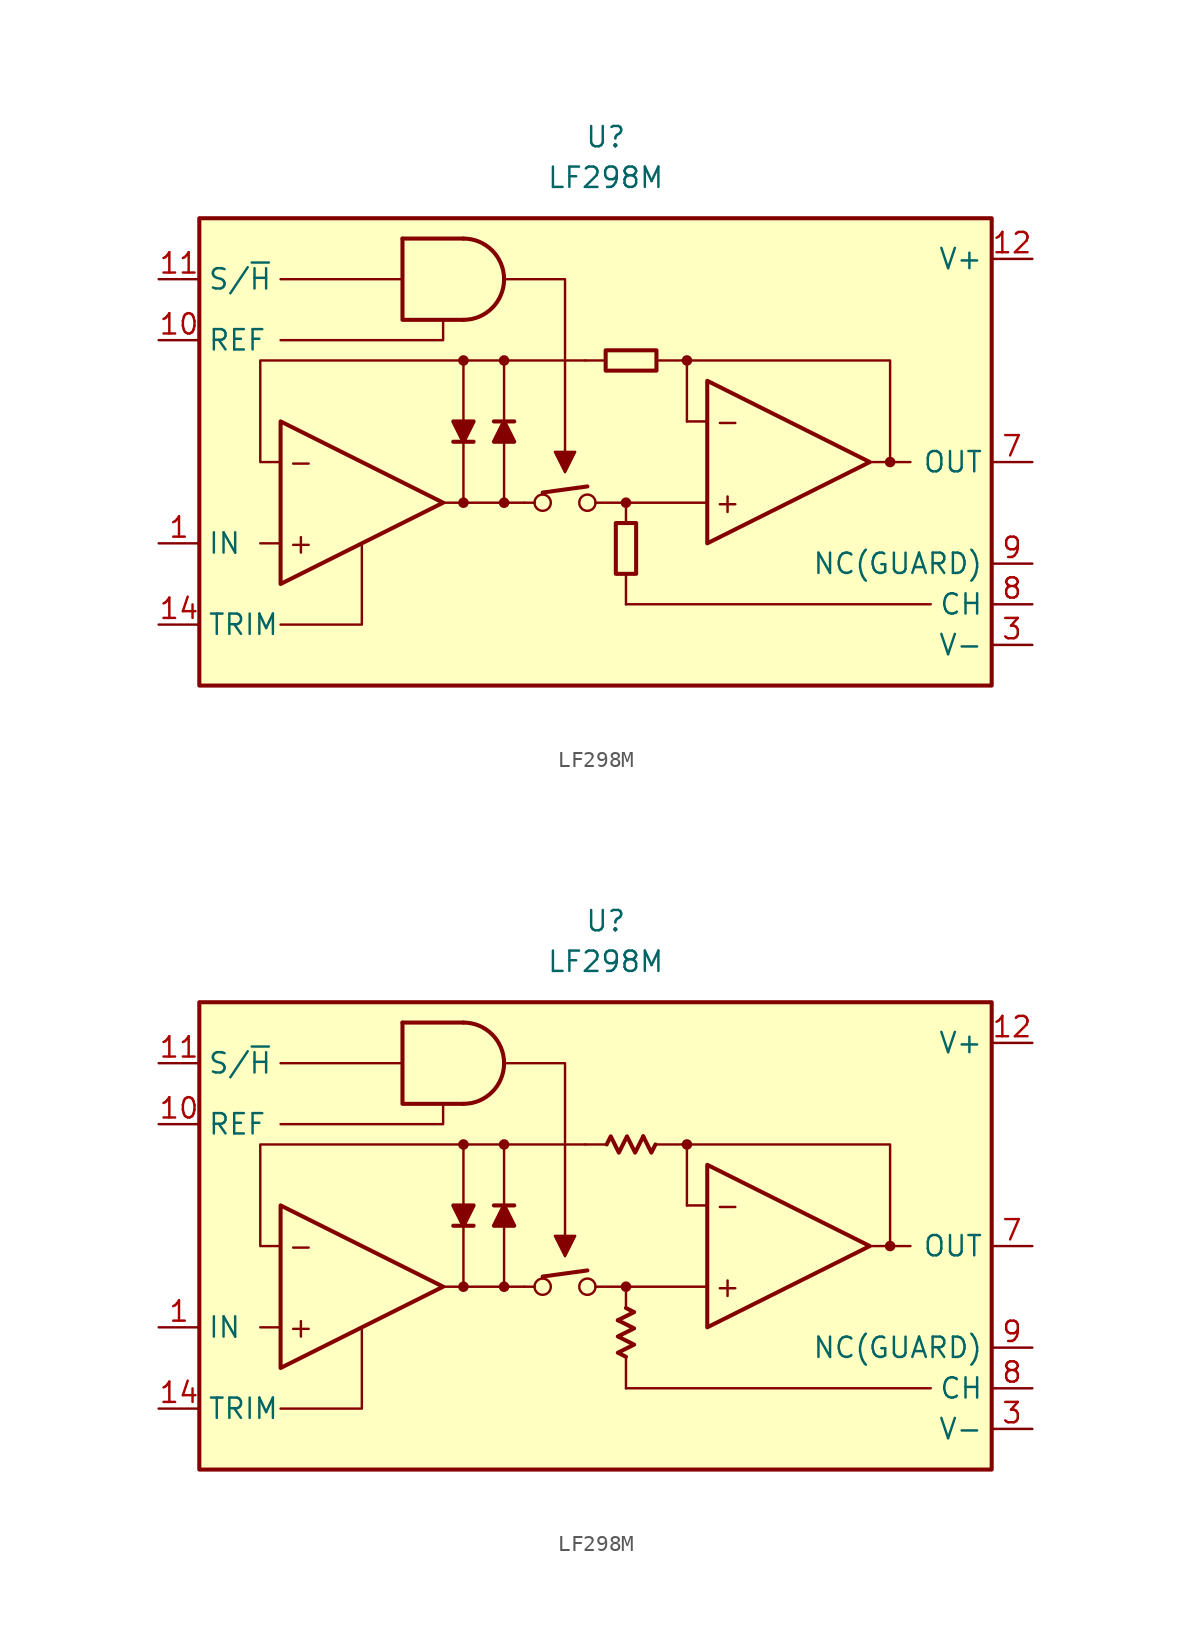
<source format=kicad_sym>
(kicad_symbol_lib
  (version 20231120)
  (generator "kicad_symbol_editor")
  (generator_version "8.0")
  (symbol "LF298M"
    (property "Reference" "U"
      (at 0 20.32 0)
      (effects (font (size 1.27 1.27))))
    (property "Value" "LF298M"
      (at 0 17.78 0)
      (effects (font (size 1.27 1.27))))
    (symbol "LF298M_0_0"
      (circle (center -8.89 -2.54) (radius 0.254) (stroke (width 0.152) (type default)) (fill (type outline)))
      (circle (center -8.89 6.35) (radius 0.254) (stroke (width 0.152) (type default)) (fill (type outline)))
      (circle (center -6.35 -2.54) (radius 0.254) (stroke (width 0.152) (type default)) (fill (type outline)))
      (circle (center -6.35 6.35) (radius 0.254) (stroke (width 0.152) (type default)) (fill (type outline)))
      (circle (center -3.937 -2.54) (radius 0.508) (stroke (width 0) (type default)) (fill (type none)))
      (circle (center -1.143 -2.54) (radius 0.508) (stroke (width 0) (type default)) (fill (type none)))
      (polyline (pts (xy -20.32 -5.08) (xy -21.59 -5.08)) (stroke (width 0.152) (type default)) (fill (type none)))
      (polyline (pts (xy -12.7 11.43) (xy -20.32 11.43)) (stroke (width 0.152) (type default)) (fill (type none)))
      (polyline (pts (xy -5.08 -2.54) (xy -4.445 -2.54)) (stroke (width 0.152) (type default)) (fill (type none)))
      (polyline (pts (xy -3.937 -1.905) (xy -1.143 -1.524)) (stroke (width 0.254) (type default)) (fill (type none)))
      (polyline (pts (xy 0 6.35) (xy -1.27 6.35)) (stroke (width 0.152) (type default)) (fill (type none)))
      (polyline (pts (xy 1.27 -6.985) (xy 1.27 -8.89)) (stroke (width 0.152) (type default)) (fill (type none)))
      (polyline (pts (xy 16.51 0) (xy 17.78 0)) (stroke (width 0.152) (type default)) (fill (type none)))
      (polyline (pts (xy 17.78 0) (xy 19.05 0)) (stroke (width 0.152) (type default)) (fill (type none)))
      (polyline (pts (xy -20.32 -10.16) (xy -15.24 -10.16) (xy -15.24 -5.08)) (stroke (width 0.152) (type default)) (fill (type none)))
      (polyline (pts (xy -10.16 8.89) (xy -10.16 7.62) (xy -20.32 7.62)) (stroke (width 0.152) (type default)) (fill (type none)))
      (polyline (pts (xy -6.35 11.43) (xy -2.54 11.43) (xy -2.54 0)) (stroke (width 0.152) (type default)) (fill (type none)))
      (polyline (pts (xy -2.54 -0.635) (xy -3.175 0.635) (xy -1.905 0.635) (xy -2.54 -0.635)) (stroke (width 0.152) (type default)) (fill (type outline)))
      (circle (center 1.27 -2.54) (radius 0.254) (stroke (width 0.152) (type default)) (fill (type outline)))
      (circle (center 5.08 6.35) (radius 0.254) (stroke (width 0.152) (type default)) (fill (type outline)))
      (circle (center 17.78 0) (radius 0.254) (stroke (width 0.152) (type default)) (fill (type outline)))
      (text "+" (at -19.05 -5.08 0) (effects (font (size 1.27 1.27))))
      (text "+" (at 7.62 -2.54 0) (effects (font (size 1.27 1.27))))
      (text "-" (at -19.05 0 0) (effects (font (size 1.27 1.27))))
      (text "-" (at 7.62 2.54 0) (effects (font (size 1.27 1.27)))))
    (symbol "LF298M_0_1"
      (rectangle (start 0 5.715) (end 3.175 6.985) (stroke (width 0.254) (type default)) (fill (type none)))
      (rectangle (start 0.635 -3.81) (end 1.905 -6.985) (stroke (width 0.254) (type default)) (fill (type none))))
    (symbol "LF298M_0_2"
      (polyline (pts (xy 0.762 -4.636) (xy 1.778 -4.128) (xy 1.27 -3.873)) (stroke (width 0.254) (type default)) (fill (type none)))
      (polyline (pts (xy 2.349 6.858) (xy 2.857 5.842) (xy 3.111 6.35)) (stroke (width 0.254) (type default)) (fill (type none)))
      (polyline (pts (xy 0.064 6.35) (xy 0.318 6.858) (xy 0.826 5.842) (xy 1.333 6.858) (xy 1.841 5.842) (xy 2.349 6.858)) (stroke (width 0.254) (type default)) (fill (type none)))
      (polyline (pts (xy 1.27 -6.921) (xy 0.762 -6.668) (xy 1.778 -6.16) (xy 0.762 -5.652) (xy 1.778 -5.144) (xy 0.762 -4.636)) (stroke (width 0.254) (type default)) (fill (type none))))
    (symbol "LF298M_1_0"
      (rectangle (start -25.4 15.24) (end 24.13 -13.97) (stroke (width 0.254) (type default)) (fill (type background)))
      (arc (start -8.89 8.89) (mid -6.361 11.43) (end -8.89 13.97) (stroke (width 0.254) (type default)) (fill (type none)))
      (polyline (pts (xy -12.7 13.97) (xy -8.89 13.97)) (stroke (width 0.254) (type default)) (fill (type none)))
      (polyline (pts (xy -9.525 1.27) (xy -8.255 1.27)) (stroke (width 0.254) (type default)) (fill (type none)))
      (polyline (pts (xy -8.89 1.27) (xy -8.89 -2.54)) (stroke (width 0.152) (type default)) (fill (type none)))
      (polyline (pts (xy -8.89 2.54) (xy -8.89 6.35)) (stroke (width 0.152) (type default)) (fill (type none)))
      (polyline (pts (xy -6.35 1.27) (xy -6.35 -2.54)) (stroke (width 0.152) (type default)) (fill (type none)))
      (polyline (pts (xy -6.35 2.54) (xy -6.35 6.35)) (stroke (width 0.152) (type default)) (fill (type none)))
      (polyline (pts (xy -5.715 2.54) (xy -6.985 2.54)) (stroke (width 0.254) (type default)) (fill (type none)))
      (polyline (pts (xy -5.08 -2.54) (xy -10.16 -2.54)) (stroke (width 0.152) (type default)) (fill (type none)))
      (polyline (pts (xy 1.27 -8.89) (xy 20.32 -8.89)) (stroke (width 0.152) (type default)) (fill (type none)))
      (polyline (pts (xy 1.27 -3.81) (xy 1.27 -2.54)) (stroke (width 0.152) (type default)) (fill (type none)))
      (polyline (pts (xy 5.08 2.54) (xy 5.08 6.35)) (stroke (width 0.152) (type default)) (fill (type none)))
      (polyline (pts (xy 6.35 -2.54) (xy -0.635 -2.54)) (stroke (width 0.152) (type default)) (fill (type none)))
      (polyline (pts (xy 6.35 2.54) (xy 5.08 2.54)) (stroke (width 0.152) (type default)) (fill (type none)))
      (polyline (pts (xy -12.7 13.97) (xy -12.7 8.89) (xy -8.89 8.89)) (stroke (width 0.254) (type default)) (fill (type none)))
      (polyline (pts (xy 3.175 6.35) (xy 17.78 6.35) (xy 17.78 0)) (stroke (width 0.152) (type default)) (fill (type none)))
      (polyline (pts (xy -20.32 2.54) (xy -20.32 -7.62) (xy -10.16 -2.54) (xy -20.32 2.54)) (stroke (width 0.254) (type default)) (fill (type none)))
      (polyline (pts (xy -8.89 1.27) (xy -9.525 2.54) (xy -8.255 2.54) (xy -8.89 1.27)) (stroke (width 0.254) (type default)) (fill (type outline)))
      (polyline (pts (xy -6.35 2.54) (xy -5.715 1.27) (xy -6.985 1.27) (xy -6.35 2.54)) (stroke (width 0.254) (type default)) (fill (type outline)))
      (polyline (pts (xy -1.27 6.35) (xy -21.59 6.35) (xy -21.59 0) (xy -20.32 0)) (stroke (width 0.152) (type default)) (fill (type none)))
      (polyline (pts (xy 6.35 5.08) (xy 6.35 -5.08) (xy 16.51 0) (xy 6.35 5.08)) (stroke (width 0.254) (type default)) (fill (type none))))
    (symbol "LF298M_1_1"
      (pin input line (at -27.94 -5.08 0) (length 2.54) (name "IN" (effects (font (size 1.27 1.27)))) (number "1" (effects (font (size 1.27 1.27)))))
      (pin input line (at -27.94 7.62 0) (length 2.54) (name "REF" (effects (font (size 1.27 1.27)))) (number "10" (effects (font (size 1.27 1.27)))))
      (pin input line (at -27.94 11.43 0) (length 2.54) (name "S/~{H}" (effects (font (size 1.27 1.27)))) (number "11" (effects (font (size 1.27 1.27)))))
      (pin power_in line (at 26.67 12.7 180) (length 2.54) (name "V+" (effects (font (size 1.27 1.27)))) (number "12" (effects (font (size 1.27 1.27)))))
      (pin free line (at 1.27 -5.08 0) (length 2.54) hide (name "NC" (effects (font (size 1.27 1.27)))) (number "13" (effects (font (size 1.27 1.27)))))
      (pin passive line (at -27.94 -10.16 0) (length 2.54) (name "TRIM" (effects (font (size 1.27 1.27)))) (number "14" (effects (font (size 1.27 1.27)))))
      (pin free line (at 1.27 5.08 0) (length 2.54) hide (name "NC" (effects (font (size 1.27 1.27)))) (number "2" (effects (font (size 1.27 1.27)))))
      (pin power_in line (at 26.67 -11.43 180) (length 2.54) (name "V-" (effects (font (size 1.27 1.27)))) (number "3" (effects (font (size 1.27 1.27)))))
      (pin free line (at 1.27 2.54 0) (length 2.54) hide (name "NC" (effects (font (size 1.27 1.27)))) (number "4" (effects (font (size 1.27 1.27)))))
      (pin free line (at 1.27 0 0) (length 2.54) hide (name "NC" (effects (font (size 1.27 1.27)))) (number "5" (effects (font (size 1.27 1.27)))))
      (pin free line (at 1.27 -2.54 0) (length 2.54) hide (name "NC" (effects (font (size 1.27 1.27)))) (number "6" (effects (font (size 1.27 1.27)))))
      (pin output line (at 26.67 0 180) (length 2.54) (name "OUT" (effects (font (size 1.27 1.27)))) (number "7" (effects (font (size 1.27 1.27)))))
      (pin passive line (at 26.67 -8.89 180) (length 2.54) (name "CH" (effects (font (size 1.27 1.27)))) (number "8" (effects (font (size 1.27 1.27)))))
      (pin passive line (at 26.67 -6.35 180) (length 2.54) (name "NC(GUARD)" (effects (font (size 1.27 1.27)))) (number "9" (effects (font (size 1.27 1.27))))))
    (symbol "LF298M_1_2"
      (pin input line (at -27.94 -5.08 0) (length 2.54) (name "IN" (effects (font (size 1.27 1.27)))) (number "1" (effects (font (size 1.27 1.27)))))
      (pin input line (at -27.94 7.62 0) (length 2.54) (name "REF" (effects (font (size 1.27 1.27)))) (number "10" (effects (font (size 1.27 1.27)))))
      (pin input line (at -27.94 11.43 0) (length 2.54) (name "S/~{H}" (effects (font (size 1.27 1.27)))) (number "11" (effects (font (size 1.27 1.27)))))
      (pin power_in line (at 26.67 12.7 180) (length 2.54) (name "V+" (effects (font (size 1.27 1.27)))) (number "12" (effects (font (size 1.27 1.27)))))
      (pin free line (at 1.27 -5.08 0) (length 2.54) hide (name "NC" (effects (font (size 1.27 1.27)))) (number "13" (effects (font (size 1.27 1.27)))))
      (pin passive line (at -27.94 -10.16 0) (length 2.54) (name "TRIM" (effects (font (size 1.27 1.27)))) (number "14" (effects (font (size 1.27 1.27)))))
      (pin free line (at 1.27 5.08 0) (length 2.54) hide (name "NC" (effects (font (size 1.27 1.27)))) (number "2" (effects (font (size 1.27 1.27)))))
      (pin power_in line (at 26.67 -11.43 180) (length 2.54) (name "V-" (effects (font (size 1.27 1.27)))) (number "3" (effects (font (size 1.27 1.27)))))
      (pin free line (at 1.27 2.54 0) (length 2.54) hide (name "NC" (effects (font (size 1.27 1.27)))) (number "4" (effects (font (size 1.27 1.27)))))
      (pin free line (at 1.27 0 0) (length 2.54) hide (name "NC" (effects (font (size 1.27 1.27)))) (number "5" (effects (font (size 1.27 1.27)))))
      (pin free line (at 1.27 -2.54 0) (length 2.54) hide (name "NC" (effects (font (size 1.27 1.27)))) (number "6" (effects (font (size 1.27 1.27)))))
      (pin output line (at 26.67 0 180) (length 2.54) (name "OUT" (effects (font (size 1.27 1.27)))) (number "7" (effects (font (size 1.27 1.27)))))
      (pin passive line (at 26.67 -8.89 180) (length 2.54) (name "CH" (effects (font (size 1.27 1.27)))) (number "8" (effects (font (size 1.27 1.27)))))
      (pin passive line (at 26.67 -6.35 180) (length 2.54) (name "NC(GUARD)" (effects (font (size 1.27 1.27)))) (number "9" (effects (font (size 1.27 1.27))))))))
</source>
